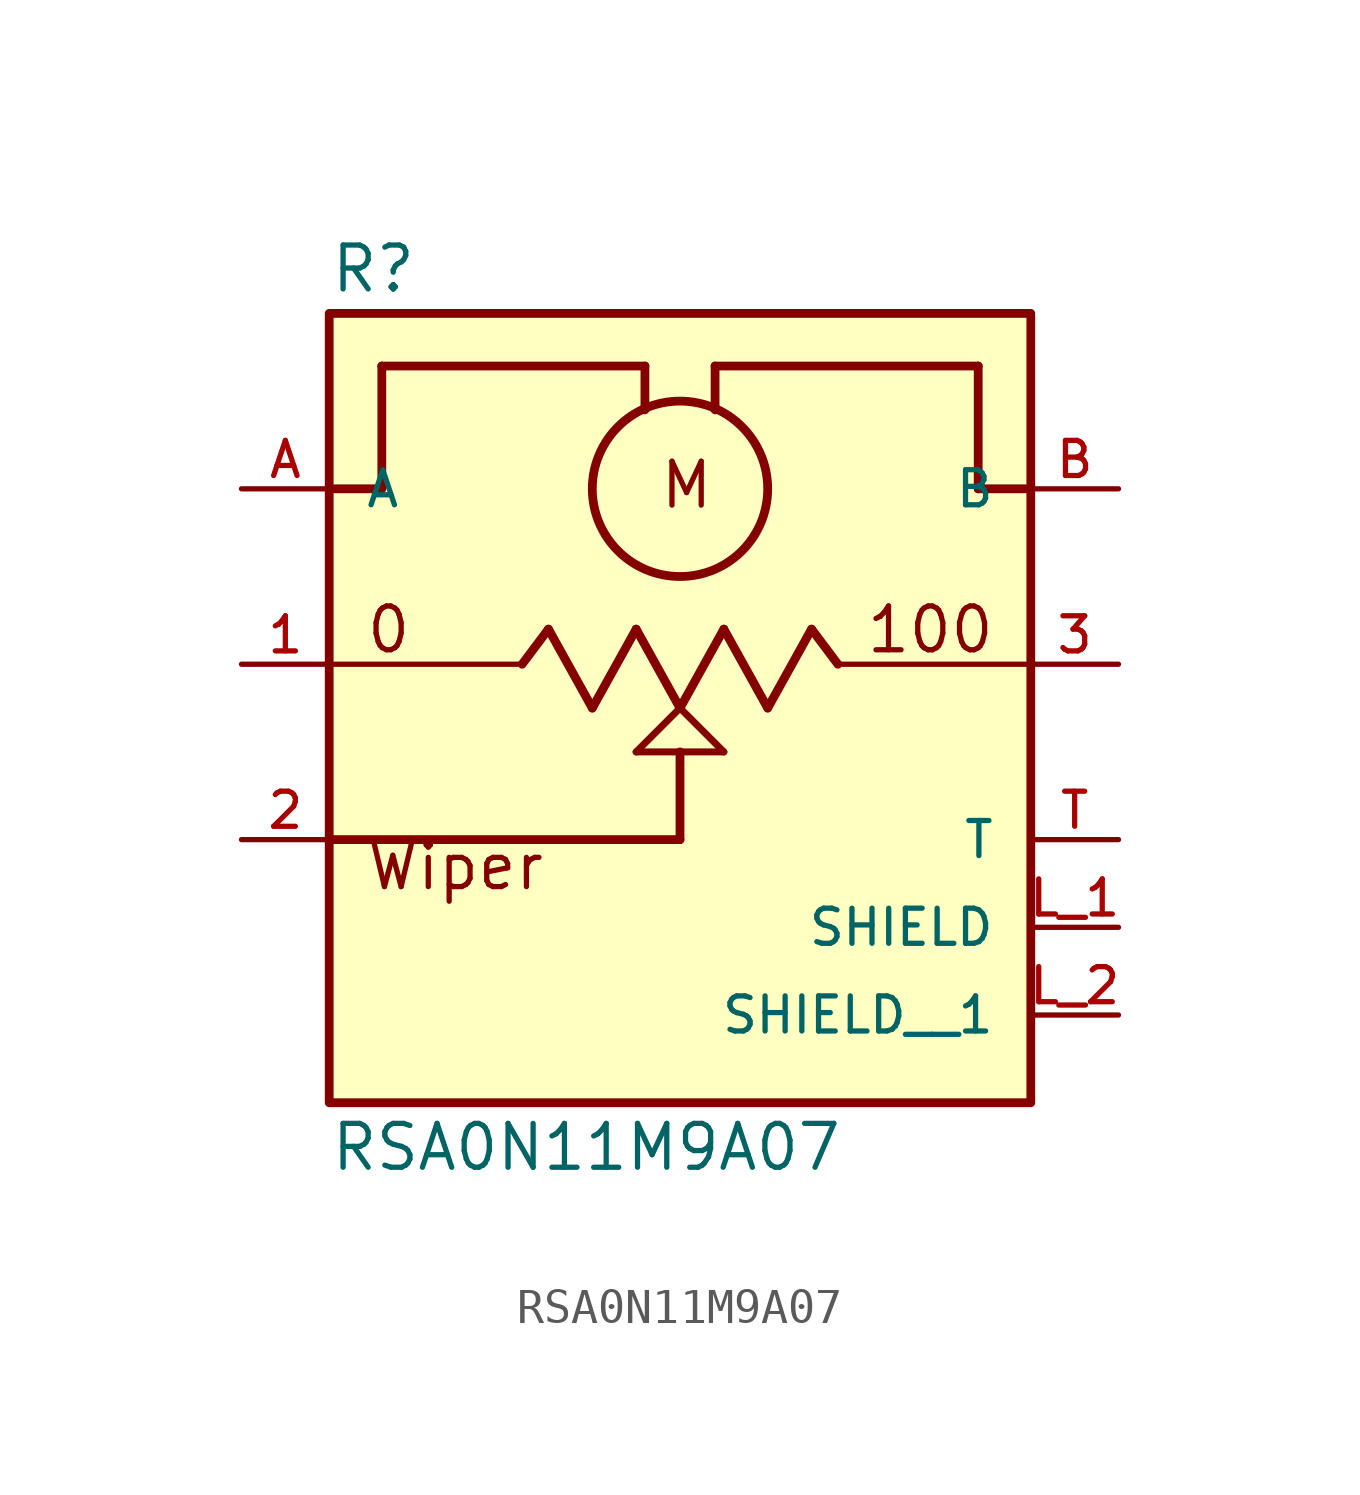
<source format=kicad_sym>
(kicad_symbol_lib
  (version 20211014)
  (generator kicad_symbol_editor)
  (symbol "RSA0N11M9A07"
    (pin_names
      (offset 1.016))
    (property "Reference" "R"
      (at -10.16 12.192 0)
      (effects (font (size 1.27 1.27)) (justify top left)))
    (property "Value" "RSA0N11M9A07"
      (at -10.16 -14.732 0)
      (effects (font (size 1.27 1.27)) (justify bottom left)))
    (symbol "RSA0N11M9A07_0_0"
      (polyline (pts (xy -10.16 0.0) (xy -4.572 0.0)) (stroke (width 0.152)))
      (polyline (pts (xy -4.572 0.0) (xy -3.81 1.016)) (stroke (width 0.254)))
      (polyline (pts (xy -3.81 1.016) (xy -2.54 -1.27)) (stroke (width 0.254)))
      (polyline (pts (xy -2.54 -1.27) (xy -1.27 1.016)) (stroke (width 0.254)))
      (polyline (pts (xy -1.27 1.016) (xy 0.0 -1.27)) (stroke (width 0.254)))
      (polyline (pts (xy 0.0 -1.27) (xy 1.27 1.016)) (stroke (width 0.254)))
      (polyline (pts (xy 1.27 1.016) (xy 2.54 -1.27)) (stroke (width 0.254)))
      (polyline (pts (xy 2.54 -1.27) (xy 3.81 1.016)) (stroke (width 0.254)))
      (polyline (pts (xy 3.81 1.016) (xy 4.572 0.0)) (stroke (width 0.254)))
      (polyline (pts (xy 4.572 0.0) (xy 10.16 0.0)) (stroke (width 0.152)))
      (polyline (pts (xy 0.0 -1.27) (xy 1.27 -2.54)) (stroke (width 0.203)))
      (polyline (pts (xy -1.27 -2.54) (xy 0.0 -1.27)) (stroke (width 0.203)))
      (polyline (pts (xy 1.27 -2.54) (xy 0.0 -2.54)) (stroke (width 0.203)))
      (polyline (pts (xy 0.0 -2.54) (xy -1.27 -2.54)) (stroke (width 0.203)))
      (polyline (pts (xy 0.0 -2.54) (xy 0.0 -5.08)) (stroke (width 0.254)))
      (polyline (pts (xy 0.0 -5.08) (xy -10.16 -5.08)) (stroke (width 0.254)))
      (circle (center 0.0 5.08) (radius 2.54) (stroke (width 0.254)) (fill (type none)))
      (text "M" (at -0.635 4.445 0) (effects (font (size 1.27 1.27)) (justify bottom left)))
      (polyline (pts (xy -10.16 5.08) (xy -8.636 5.08)) (stroke (width 0.254)))
      (polyline (pts (xy -8.636 5.08) (xy -8.636 8.636)) (stroke (width 0.254)))
      (polyline (pts (xy -8.636 8.636) (xy -1.016 8.636)) (stroke (width 0.254)))
      (polyline (pts (xy -1.016 8.636) (xy -1.016 7.366)) (stroke (width 0.254)))
      (polyline (pts (xy 1.016 7.366) (xy 1.016 8.636)) (stroke (width 0.254)))
      (polyline (pts (xy 1.016 8.636) (xy 8.636 8.636)) (stroke (width 0.254)))
      (polyline (pts (xy 8.636 8.636) (xy 8.636 5.08)) (stroke (width 0.254)))
      (polyline (pts (xy 8.636 5.08) (xy 10.16 5.08)) (stroke (width 0.254)))
      (text "0" (at -9.144 0.254 0) (effects (font (size 1.27 1.27)) (justify bottom left)))
      (text "100" (at 5.334 0.254 0) (effects (font (size 1.27 1.27)) (justify bottom left)))
      (text "Wiper" (at -9.144 -6.604 0) (effects (font (size 1.27 1.27)) (justify bottom left)))
      (rectangle (start -10.16 -12.7) (end 10.16 10.16) (stroke (width 0.254)) (fill (type background)))
      (pin passive line (at -12.7 0.0 0) (length 2.54) (name "~" (effects (font (size 1.016 1.016)))) (number "1" (effects (font (size 1.016 1.016)))))
      (pin passive line (at 12.7 0.0 180.0) (length 2.54) (name "~" (effects (font (size 1.016 1.016)))) (number "3" (effects (font (size 1.016 1.016)))))
      (pin passive line (at -12.7 -5.08 0) (length 2.54) (name "~" (effects (font (size 1.016 1.016)))) (number "2" (effects (font (size 1.016 1.016)))))
      (pin passive line (at 12.7 -5.08 180.0) (length 2.54) (name "T" (effects (font (size 1.016 1.016)))) (number "T" (effects (font (size 1.016 1.016)))))
      (pin passive line (at 12.7 5.08 180.0) (length 2.54) (name "B" (effects (font (size 1.016 1.016)))) (number "B" (effects (font (size 1.016 1.016)))))
      (pin passive line (at -12.7 5.08 0) (length 2.54) (name "A" (effects (font (size 1.016 1.016)))) (number "A" (effects (font (size 1.016 1.016)))))
      (pin passive line (at 12.7 -7.62 180.0) (length 2.54) (name "SHIELD" (effects (font (size 1.016 1.016)))) (number "L_1" (effects (font (size 1.016 1.016)))))
      (pin passive line (at 12.7 -10.16 180.0) (length 2.54) (name "SHIELD__1" (effects (font (size 1.016 1.016)))) (number "L_2" (effects (font (size 1.016 1.016))))))))
</source>
